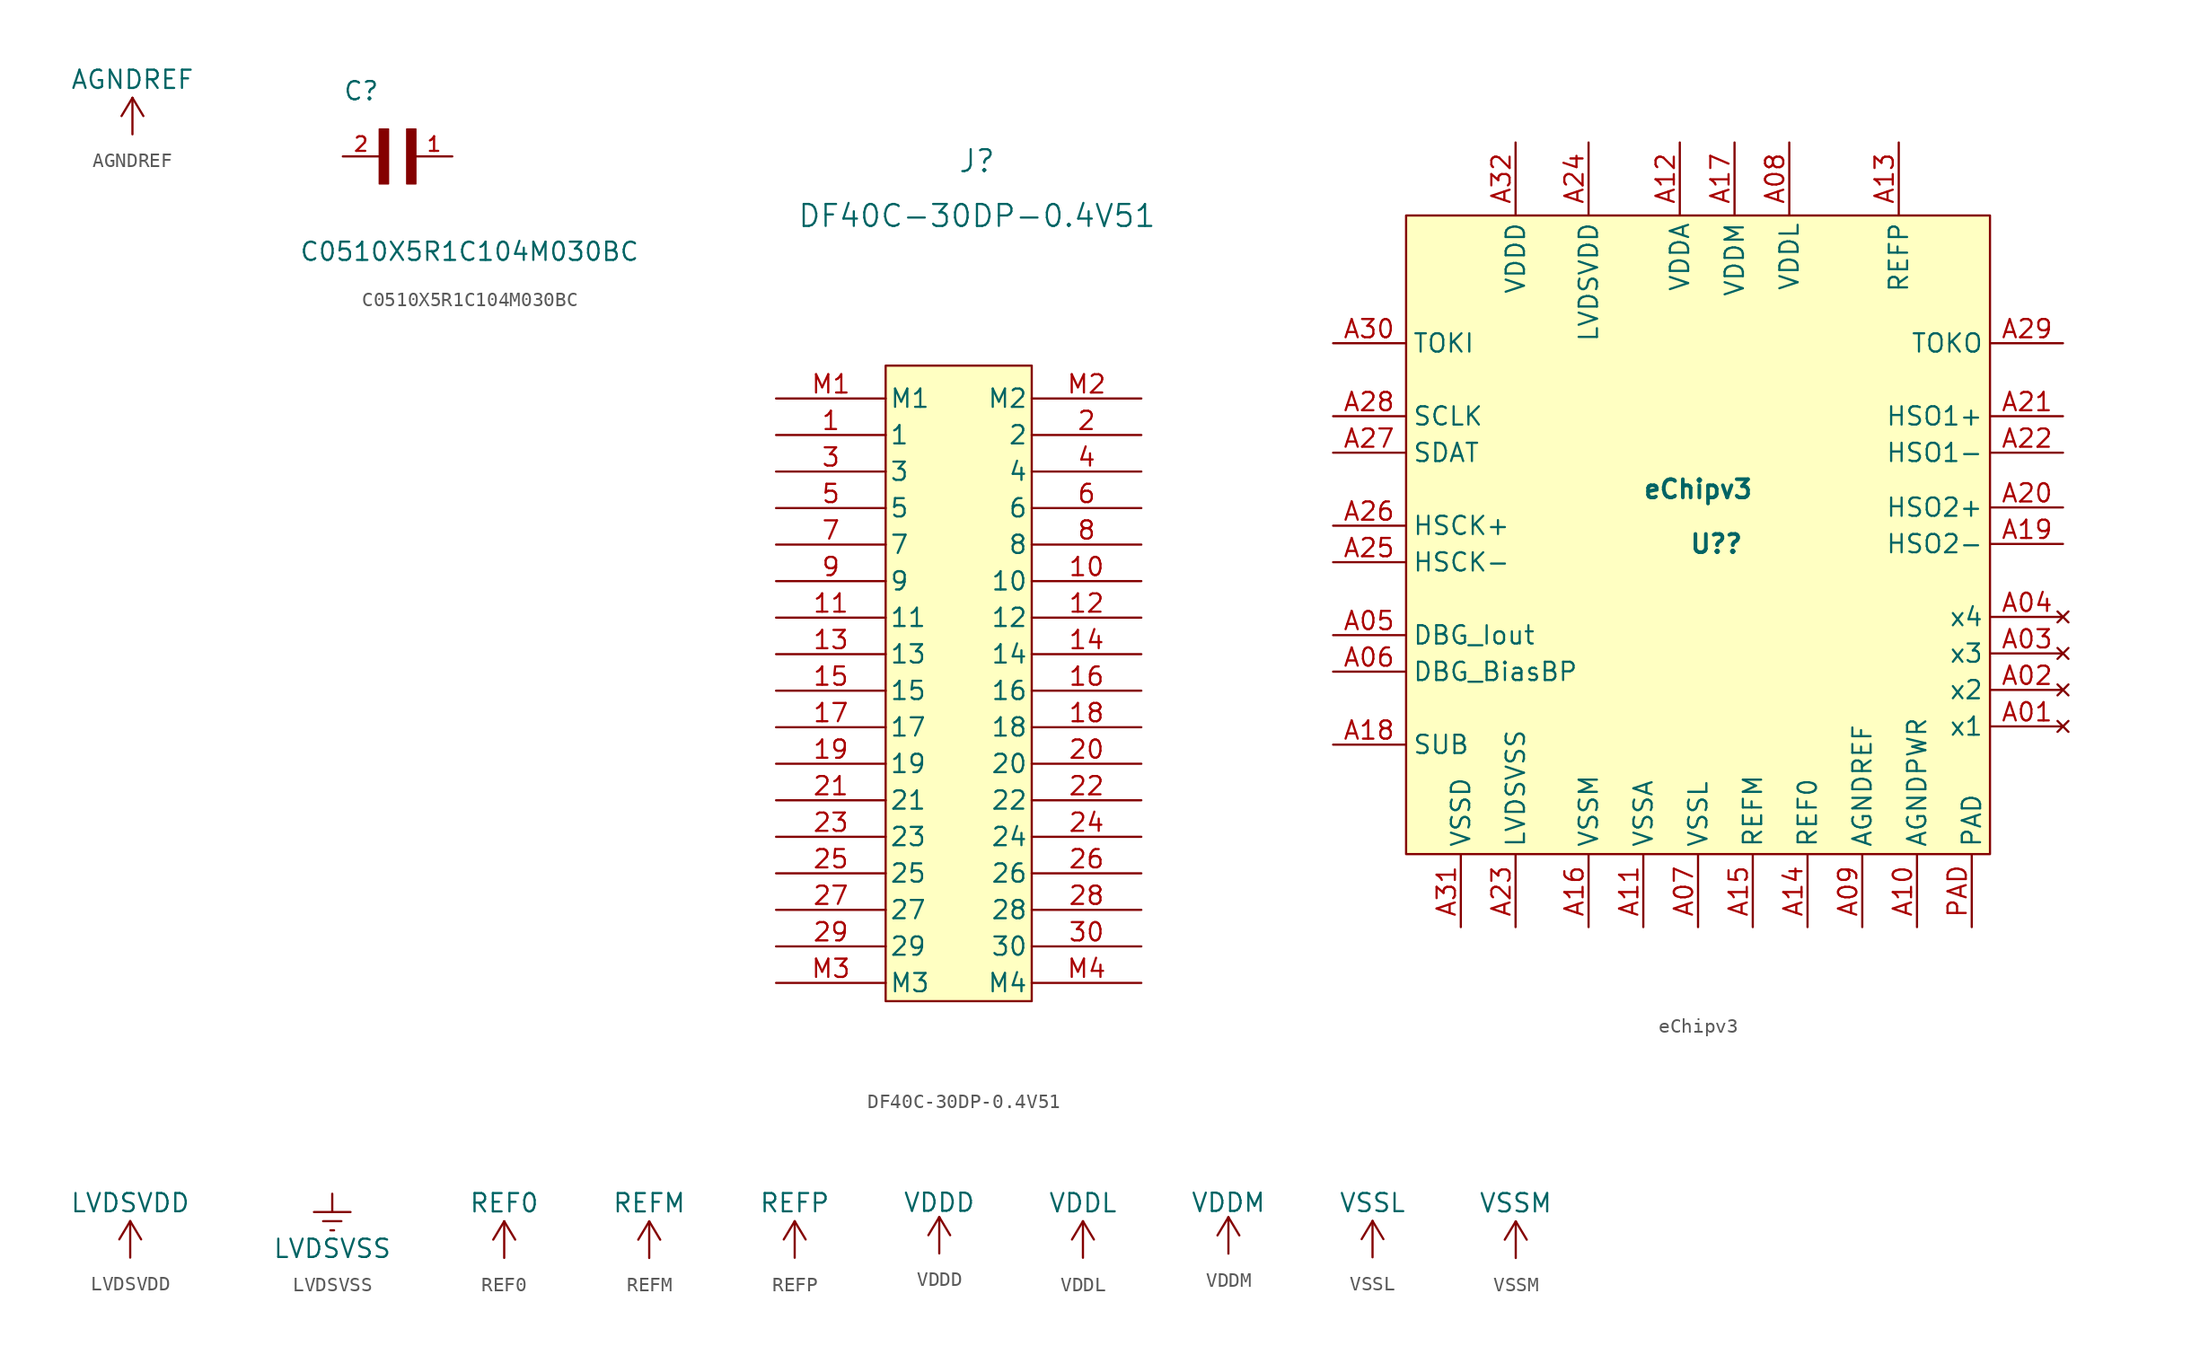
<source format=kicad_sym>
(kicad_symbol_lib
  (version 20211014)
  (generator kicad_symbol_editor)
  (symbol "AGNDREF"
    (power)
    (pin_names
      (offset 0))
    (property "Reference" "#PWR"
      (at 0 -3.81 0)
      (effects (font (size 1.27 1.27)) hide))
    (property "Value" "AGNDREF"
      (at 0 3.81 0)
      (effects (font (size 1.27 1.27))))
    (symbol "AGNDREF_0_1"
      (polyline (pts (xy -0.762 1.27) (xy 0 2.54)) (stroke (width 0) (type default) (color 0 0 0 0)) (fill (type none)))
      (polyline (pts (xy 0 0) (xy 0 2.54)) (stroke (width 0) (type default) (color 0 0 0 0)) (fill (type none)))
      (polyline (pts (xy 0 2.54) (xy 0.762 1.27)) (stroke (width 0) (type default) (color 0 0 0 0)) (fill (type none))))
    (symbol "AGNDREF_1_1"
      (pin power_in line (at 0 0 90) (length 0) hide (name "AGNDREF" (effects (font (size 1.27 1.27)))) (number "1" (effects (font (size 1.27 1.27)))))))
  (symbol "C0510X5R1C104M030BC"
    (pin_names
      (offset 1.016))
    (property "Reference" "C"
      (at -2.542 3.814 0)
      (effects (font (size 1.27 1.27)) (justify left bottom)))
    (property "Value" "C0510X5R1C104M030BC"
      (at -5.588 -7.366 0)
      (effects (font (size 1.27 1.27)) (justify left bottom)))
    (symbol "C0510X5R1C104M030BC_0_0"
      (rectangle (start 0 -1.909) (end 0.635 1.905) (stroke (width 0.1) (type default) (color 0 0 0 0)) (fill (type outline)))
      (rectangle (start 1.91 -1.91) (end 2.54 1.905) (stroke (width 0.1) (type default) (color 0 0 0 0)) (fill (type outline)))
      (pin passive line (at 5.08 0 180) (length 2.54) (name "~" (effects (font (size 1.016 1.016)))) (number "1" (effects (font (size 1.016 1.016)))))
      (pin passive line (at -2.54 0 0) (length 2.54) (name "~" (effects (font (size 1.016 1.016)))) (number "2" (effects (font (size 1.016 1.016)))))))
  (symbol "DF40C-30DP-0.4V51"
    (pin_names
      (offset 0.254))
    (property "Reference" "J"
      (at 2.54 19.05 0)
      (effects (font (size 1.524 1.524))))
    (property "Value" "DF40C-30DP-0.4V51"
      (at 2.54 15.24 0)
      (effects (font (size 1.524 1.524))))
    (property "ki_locked" ""
      (at 0 0 0)
      (effects (font (size 1.27 1.27))))
    (symbol "DF40C-30DP-0.4V51_0_1"
      (rectangle (start -3.81 4.826) (end 6.35 -39.37) (stroke (width 0.152) (type default) (color 0 0 0 0)) (fill (type background)))
      (pin unspecified line (at -11.43 0 0) (length 7.62) (name "1" (effects (font (size 1.27 1.27)))) (number "1" (effects (font (size 1.27 1.27)))))
      (pin unspecified line (at 13.97 -10.16 180) (length 7.62) (name "10" (effects (font (size 1.27 1.27)))) (number "10" (effects (font (size 1.27 1.27)))))
      (pin unspecified line (at -11.43 -12.7 0) (length 7.62) (name "11" (effects (font (size 1.27 1.27)))) (number "11" (effects (font (size 1.27 1.27)))))
      (pin unspecified line (at 13.97 -12.7 180) (length 7.62) (name "12" (effects (font (size 1.27 1.27)))) (number "12" (effects (font (size 1.27 1.27)))))
      (pin unspecified line (at -11.43 -15.24 0) (length 7.62) (name "13" (effects (font (size 1.27 1.27)))) (number "13" (effects (font (size 1.27 1.27)))))
      (pin unspecified line (at 13.97 -15.24 180) (length 7.62) (name "14" (effects (font (size 1.27 1.27)))) (number "14" (effects (font (size 1.27 1.27)))))
      (pin unspecified line (at -11.43 -17.78 0) (length 7.62) (name "15" (effects (font (size 1.27 1.27)))) (number "15" (effects (font (size 1.27 1.27)))))
      (pin unspecified line (at 13.97 -17.78 180) (length 7.62) (name "16" (effects (font (size 1.27 1.27)))) (number "16" (effects (font (size 1.27 1.27)))))
      (pin unspecified line (at -11.43 -20.32 0) (length 7.62) (name "17" (effects (font (size 1.27 1.27)))) (number "17" (effects (font (size 1.27 1.27)))))
      (pin unspecified line (at 13.97 -20.32 180) (length 7.62) (name "18" (effects (font (size 1.27 1.27)))) (number "18" (effects (font (size 1.27 1.27)))))
      (pin unspecified line (at -11.43 -22.86 0) (length 7.62) (name "19" (effects (font (size 1.27 1.27)))) (number "19" (effects (font (size 1.27 1.27)))))
      (pin unspecified line (at 13.97 0 180) (length 7.62) (name "2" (effects (font (size 1.27 1.27)))) (number "2" (effects (font (size 1.27 1.27)))))
      (pin unspecified line (at 13.97 -22.86 180) (length 7.62) (name "20" (effects (font (size 1.27 1.27)))) (number "20" (effects (font (size 1.27 1.27)))))
      (pin unspecified line (at -11.43 -25.4 0) (length 7.62) (name "21" (effects (font (size 1.27 1.27)))) (number "21" (effects (font (size 1.27 1.27)))))
      (pin unspecified line (at 13.97 -25.4 180) (length 7.62) (name "22" (effects (font (size 1.27 1.27)))) (number "22" (effects (font (size 1.27 1.27)))))
      (pin unspecified line (at -11.43 -27.94 0) (length 7.62) (name "23" (effects (font (size 1.27 1.27)))) (number "23" (effects (font (size 1.27 1.27)))))
      (pin unspecified line (at 13.97 -27.94 180) (length 7.62) (name "24" (effects (font (size 1.27 1.27)))) (number "24" (effects (font (size 1.27 1.27)))))
      (pin unspecified line (at -11.43 -30.48 0) (length 7.62) (name "25" (effects (font (size 1.27 1.27)))) (number "25" (effects (font (size 1.27 1.27)))))
      (pin unspecified line (at 13.97 -30.48 180) (length 7.62) (name "26" (effects (font (size 1.27 1.27)))) (number "26" (effects (font (size 1.27 1.27)))))
      (pin unspecified line (at -11.43 -33.02 0) (length 7.62) (name "27" (effects (font (size 1.27 1.27)))) (number "27" (effects (font (size 1.27 1.27)))))
      (pin unspecified line (at 13.97 -33.02 180) (length 7.62) (name "28" (effects (font (size 1.27 1.27)))) (number "28" (effects (font (size 1.27 1.27)))))
      (pin unspecified line (at -11.43 -35.56 0) (length 7.62) (name "29" (effects (font (size 1.27 1.27)))) (number "29" (effects (font (size 1.27 1.27)))))
      (pin unspecified line (at -11.43 -2.54 0) (length 7.62) (name "3" (effects (font (size 1.27 1.27)))) (number "3" (effects (font (size 1.27 1.27)))))
      (pin unspecified line (at 13.97 -35.56 180) (length 7.62) (name "30" (effects (font (size 1.27 1.27)))) (number "30" (effects (font (size 1.27 1.27)))))
      (pin unspecified line (at 13.97 -2.54 180) (length 7.62) (name "4" (effects (font (size 1.27 1.27)))) (number "4" (effects (font (size 1.27 1.27)))))
      (pin unspecified line (at -11.43 -5.08 0) (length 7.62) (name "5" (effects (font (size 1.27 1.27)))) (number "5" (effects (font (size 1.27 1.27)))))
      (pin unspecified line (at 13.97 -5.08 180) (length 7.62) (name "6" (effects (font (size 1.27 1.27)))) (number "6" (effects (font (size 1.27 1.27)))))
      (pin unspecified line (at -11.43 -7.62 0) (length 7.62) (name "7" (effects (font (size 1.27 1.27)))) (number "7" (effects (font (size 1.27 1.27)))))
      (pin unspecified line (at 13.97 -7.62 180) (length 7.62) (name "8" (effects (font (size 1.27 1.27)))) (number "8" (effects (font (size 1.27 1.27)))))
      (pin unspecified line (at -11.43 -10.16 0) (length 7.62) (name "9" (effects (font (size 1.27 1.27)))) (number "9" (effects (font (size 1.27 1.27)))))
      (pin unspecified line (at -11.43 2.54 0) (length 7.62) (name "M1" (effects (font (size 1.27 1.27)))) (number "M1" (effects (font (size 1.27 1.27)))))
      (pin unspecified line (at 13.97 2.54 180) (length 7.62) (name "M2" (effects (font (size 1.27 1.27)))) (number "M2" (effects (font (size 1.27 1.27)))))
      (pin unspecified line (at -11.43 -38.1 0) (length 7.62) (name "M3" (effects (font (size 1.27 1.27)))) (number "M3" (effects (font (size 1.27 1.27)))))
      (pin unspecified line (at 13.97 -38.1 180) (length 7.62) (name "M4" (effects (font (size 1.27 1.27)))) (number "M4" (effects (font (size 1.27 1.27)))))))
  (symbol "eChipv3"
    (property "Reference" "U?"
      (at 0 20.32 0)
      (effects (font (size 1.27 1.27) bold)))
    (property "Value" "eChipv3"
      (at -1.27 24.13 0)
      (effects (font (size 1.27 1.27) bold)))
    (symbol "eChipv3_0_1"
      (rectangle (start -21.59 43.18) (end 19.05 -1.27) (stroke (width 0.152) (type default) (color 0 0 0 0)) (fill (type background))))
    (symbol "eChipv3_1_1"
      (pin no_connect line (at 24.13 7.62 180) (length 5) (name "x1" (effects (font (size 1.27 1.27)))) (number "A01" (effects (font (size 1.27 1.27)))))
      (pin no_connect line (at 24.13 10.16 180) (length 5) (name "x2" (effects (font (size 1.27 1.27)))) (number "A02" (effects (font (size 1.27 1.27)))))
      (pin no_connect line (at 24.13 12.7 180) (length 5) (name "x3" (effects (font (size 1.27 1.27)))) (number "A03" (effects (font (size 1.27 1.27)))))
      (pin no_connect line (at 24.13 15.24 180) (length 5) (name "x4" (effects (font (size 1.27 1.27)))) (number "A04" (effects (font (size 1.27 1.27)))))
      (pin passive line (at -26.67 13.97 0) (length 5) (name "DBG_Iout" (effects (font (size 1.27 1.27)))) (number "A05" (effects (font (size 1.27 1.27)))))
      (pin passive line (at -26.67 11.43 0) (length 5) (name "DBG_BiasBP" (effects (font (size 1.27 1.27)))) (number "A06" (effects (font (size 1.27 1.27)))))
      (pin power_in line (at -1.27 -6.35 90) (length 5) (name "VSSL" (effects (font (size 1.27 1.27)))) (number "A07" (effects (font (size 1.27 1.27)))))
      (pin power_in line (at 5.08 48.26 270) (length 5) (name "VDDL" (effects (font (size 1.27 1.27)))) (number "A08" (effects (font (size 1.27 1.27)))))
      (pin power_in line (at 10.16 -6.35 90) (length 5) (name "AGNDREF" (effects (font (size 1.27 1.27)))) (number "A09" (effects (font (size 1.27 1.27)))))
      (pin power_in line (at 13.97 -6.35 90) (length 5) (name "AGNDPWR" (effects (font (size 1.27 1.27)))) (number "A10" (effects (font (size 1.27 1.27)))))
      (pin power_in line (at -5.08 -6.35 90) (length 5) (name "VSSA" (effects (font (size 1.27 1.27)))) (number "A11" (effects (font (size 1.27 1.27)))))
      (pin power_in line (at -2.54 48.26 270) (length 5) (name "VDDA" (effects (font (size 1.27 1.27)))) (number "A12" (effects (font (size 1.27 1.27)))))
      (pin power_in line (at 12.7 48.26 270) (length 5) (name "REFP" (effects (font (size 1.27 1.27)))) (number "A13" (effects (font (size 1.27 1.27)))))
      (pin power_in line (at 6.35 -6.35 90) (length 5) (name "REF0" (effects (font (size 1.27 1.27)))) (number "A14" (effects (font (size 1.27 1.27)))))
      (pin power_in line (at 2.54 -6.35 90) (length 5) (name "REFM" (effects (font (size 1.27 1.27)))) (number "A15" (effects (font (size 1.27 1.27)))))
      (pin power_in line (at -8.89 -6.35 90) (length 5) (name "VSSM" (effects (font (size 1.27 1.27)))) (number "A16" (effects (font (size 1.27 1.27)))))
      (pin power_in line (at 1.27 48.26 270) (length 5) (name "VDDM" (effects (font (size 1.27 1.27)))) (number "A17" (effects (font (size 1.27 1.27)))))
      (pin passive line (at -26.67 6.35 0) (length 5) (name "SUB" (effects (font (size 1.27 1.27)))) (number "A18" (effects (font (size 1.27 1.27)))))
      (pin output line (at 24.13 20.32 180) (length 5) (name "HSO2-" (effects (font (size 1.27 1.27)))) (number "A19" (effects (font (size 1.27 1.27)))))
      (pin output line (at 24.13 22.86 180) (length 5) (name "HSO2+" (effects (font (size 1.27 1.27)))) (number "A20" (effects (font (size 1.27 1.27)))))
      (pin output line (at 24.13 29.21 180) (length 5) (name "HSO1+" (effects (font (size 1.27 1.27)))) (number "A21" (effects (font (size 1.27 1.27)))))
      (pin output line (at 24.13 26.67 180) (length 5) (name "HSO1-" (effects (font (size 1.27 1.27)))) (number "A22" (effects (font (size 1.27 1.27)))))
      (pin power_in line (at -13.97 -6.35 90) (length 5) (name "LVDSVSS" (effects (font (size 1.27 1.27)))) (number "A23" (effects (font (size 1.27 1.27)))))
      (pin power_in line (at -8.89 48.26 270) (length 5) (name "LVDSVDD" (effects (font (size 1.27 1.27)))) (number "A24" (effects (font (size 1.27 1.27)))))
      (pin input line (at -26.67 19.05 0) (length 5) (name "HSCK-" (effects (font (size 1.27 1.27)))) (number "A25" (effects (font (size 1.27 1.27)))))
      (pin input line (at -26.67 21.59 0) (length 5) (name "HSCK+" (effects (font (size 1.27 1.27)))) (number "A26" (effects (font (size 1.27 1.27)))))
      (pin input line (at -26.67 26.67 0) (length 5) (name "SDAT" (effects (font (size 1.27 1.27)))) (number "A27" (effects (font (size 1.27 1.27)))))
      (pin input line (at -26.67 29.21 0) (length 5) (name "SCLK" (effects (font (size 1.27 1.27)))) (number "A28" (effects (font (size 1.27 1.27)))))
      (pin output line (at 24.13 34.29 180) (length 5) (name "TOKO" (effects (font (size 1.27 1.27)))) (number "A29" (effects (font (size 1.27 1.27)))))
      (pin input line (at -26.67 34.29 0) (length 5) (name "TOKI" (effects (font (size 1.27 1.27)))) (number "A30" (effects (font (size 1.27 1.27)))))
      (pin power_in line (at -17.78 -6.35 90) (length 5) (name "VSSD" (effects (font (size 1.27 1.27)))) (number "A31" (effects (font (size 1.27 1.27)))))
      (pin power_in line (at -13.97 48.26 270) (length 5) (name "VDDD" (effects (font (size 1.27 1.27)))) (number "A32" (effects (font (size 1.27 1.27)))))
      (pin passive line (at 17.78 -6.35 90) (length 5) (name "PAD" (effects (font (size 1.27 1.27)))) (number "PAD" (effects (font (size 1.27 1.27)))))))
  (symbol "LVDSVDD"
    (power)
    (pin_names
      (offset 0))
    (property "Reference" "#PWR"
      (at 0 -3.81 0)
      (effects (font (size 1.27 1.27)) hide))
    (property "Value" "LVDSVDD"
      (at 0 3.81 0)
      (effects (font (size 1.27 1.27))))
    (symbol "LVDSVDD_0_1"
      (polyline (pts (xy -0.762 1.27) (xy 0 2.54)) (stroke (width 0) (type default) (color 0 0 0 0)) (fill (type none)))
      (polyline (pts (xy 0 0) (xy 0 2.54)) (stroke (width 0) (type default) (color 0 0 0 0)) (fill (type none)))
      (polyline (pts (xy 0 2.54) (xy 0.762 1.27)) (stroke (width 0) (type default) (color 0 0 0 0)) (fill (type none))))
    (symbol "LVDSVDD_1_1"
      (pin power_in line (at 0 0 90) (length 0) hide (name "LVDSVDD" (effects (font (size 1.27 1.27)))) (number "1" (effects (font (size 1.27 1.27)))))))
  (symbol "LVDSVSS"
    (power)
    (pin_names
      (offset 0))
    (property "Reference" "#PWR"
      (at 0 -6.35 0)
      (effects (font (size 1.27 1.27)) hide))
    (property "Value" "LVDSVSS"
      (at 0 -3.81 0)
      (effects (font (size 1.27 1.27))))
    (symbol "LVDSVSS_0_1"
      (polyline (pts (xy -0.635 -1.905) (xy 0.635 -1.905)) (stroke (width 0) (type default) (color 0 0 0 0)) (fill (type none)))
      (polyline (pts (xy -0.127 -2.54) (xy 0.127 -2.54)) (stroke (width 0) (type default) (color 0 0 0 0)) (fill (type none)))
      (polyline (pts (xy 0 -1.27) (xy 0 0)) (stroke (width 0) (type default) (color 0 0 0 0)) (fill (type none)))
      (polyline (pts (xy 1.27 -1.27) (xy -1.27 -1.27)) (stroke (width 0) (type default) (color 0 0 0 0)) (fill (type none))))
    (symbol "LVDSVSS_1_1"
      (pin power_in line (at 0 0 270) (length 0) hide (name "LVDSVSS" (effects (font (size 1.27 1.27)))) (number "1" (effects (font (size 1.27 1.27)))))))
  (symbol "REF0"
    (power)
    (pin_names
      (offset 0))
    (property "Reference" "#PWR"
      (at 0 -3.81 0)
      (effects (font (size 1.27 1.27)) hide))
    (property "Value" "REF0"
      (at 0 3.81 0)
      (effects (font (size 1.27 1.27))))
    (symbol "REF0_0_1"
      (polyline (pts (xy -0.762 1.27) (xy 0 2.54)) (stroke (width 0) (type default) (color 0 0 0 0)) (fill (type none)))
      (polyline (pts (xy 0 0) (xy 0 2.54)) (stroke (width 0) (type default) (color 0 0 0 0)) (fill (type none)))
      (polyline (pts (xy 0 2.54) (xy 0.762 1.27)) (stroke (width 0) (type default) (color 0 0 0 0)) (fill (type none))))
    (symbol "REF0_1_1"
      (pin power_in line (at 0 0 90) (length 0) hide (name "REF0" (effects (font (size 1.27 1.27)))) (number "1" (effects (font (size 1.27 1.27)))))))
  (symbol "REFM"
    (power)
    (pin_names
      (offset 0))
    (property "Reference" "#PWR"
      (at 0 -3.81 0)
      (effects (font (size 1.27 1.27)) hide))
    (property "Value" "REFM"
      (at 0 3.81 0)
      (effects (font (size 1.27 1.27))))
    (symbol "REFM_0_1"
      (polyline (pts (xy -0.762 1.27) (xy 0 2.54)) (stroke (width 0) (type default) (color 0 0 0 0)) (fill (type none)))
      (polyline (pts (xy 0 0) (xy 0 2.54)) (stroke (width 0) (type default) (color 0 0 0 0)) (fill (type none)))
      (polyline (pts (xy 0 2.54) (xy 0.762 1.27)) (stroke (width 0) (type default) (color 0 0 0 0)) (fill (type none))))
    (symbol "REFM_1_1"
      (pin power_in line (at 0 0 90) (length 0) hide (name "REFM" (effects (font (size 1.27 1.27)))) (number "1" (effects (font (size 1.27 1.27)))))))
  (symbol "REFP"
    (power)
    (pin_names
      (offset 0))
    (property "Reference" "#PWR"
      (at 0 -3.81 0)
      (effects (font (size 1.27 1.27)) hide))
    (property "Value" "REFP"
      (at 0 3.81 0)
      (effects (font (size 1.27 1.27))))
    (symbol "REFP_0_1"
      (polyline (pts (xy -0.762 1.27) (xy 0 2.54)) (stroke (width 0) (type default) (color 0 0 0 0)) (fill (type none)))
      (polyline (pts (xy 0 0) (xy 0 2.54)) (stroke (width 0) (type default) (color 0 0 0 0)) (fill (type none)))
      (polyline (pts (xy 0 2.54) (xy 0.762 1.27)) (stroke (width 0) (type default) (color 0 0 0 0)) (fill (type none))))
    (symbol "REFP_1_1"
      (pin power_in line (at 0 0 90) (length 0) hide (name "REFP" (effects (font (size 1.27 1.27)))) (number "1" (effects (font (size 1.27 1.27)))))))
  (symbol "VDDD"
    (power)
    (property "Reference" "#PWR"
      (at -0.254 -1.778 0)
      (effects (font (size 1.27 1.27)) hide))
    (property "Value" "VDDD"
      (at 0 3.556 0)
      (effects (font (size 1.27 1.27))))
    (symbol "VDDD_0_1"
      (polyline (pts (xy -0.762 1.27) (xy 0 2.54)) (stroke (width 0) (type default) (color 0 0 0 0)) (fill (type none)))
      (polyline (pts (xy 0 0) (xy 0 2.54)) (stroke (width 0) (type default) (color 0 0 0 0)) (fill (type none)))
      (polyline (pts (xy 0 2.54) (xy 0.762 1.27)) (stroke (width 0) (type default) (color 0 0 0 0)) (fill (type none))))
    (symbol "VDDD_1_1"
      (pin power_in line (at 0 0 90) (length 0) hide (name "VDDD" (effects (font (size 1.27 1.27)))) (number "1" (effects (font (size 1.27 1.27)))))))
  (symbol "VDDL"
    (power)
    (pin_names
      (offset 0))
    (property "Reference" "#PWR"
      (at 0 -3.81 0)
      (effects (font (size 1.27 1.27)) hide))
    (property "Value" "VDDL"
      (at 0 3.81 0)
      (effects (font (size 1.27 1.27))))
    (symbol "VDDL_0_1"
      (polyline (pts (xy -0.762 1.27) (xy 0 2.54)) (stroke (width 0) (type default) (color 0 0 0 0)) (fill (type none)))
      (polyline (pts (xy 0 0) (xy 0 2.54)) (stroke (width 0) (type default) (color 0 0 0 0)) (fill (type none)))
      (polyline (pts (xy 0 2.54) (xy 0.762 1.27)) (stroke (width 0) (type default) (color 0 0 0 0)) (fill (type none))))
    (symbol "VDDL_1_1"
      (pin power_in line (at 0 0 90) (length 0) hide (name "VDDL" (effects (font (size 1.27 1.27)))) (number "1" (effects (font (size 1.27 1.27)))))))
  (symbol "VDDM"
    (power)
    (property "Reference" "#PWR"
      (at -0.254 -1.778 0)
      (effects (font (size 1.27 1.27)) hide))
    (property "Value" "VDDM"
      (at 0 3.556 0)
      (effects (font (size 1.27 1.27))))
    (symbol "VDDM_0_1"
      (polyline (pts (xy -0.762 1.27) (xy 0 2.54)) (stroke (width 0) (type default) (color 0 0 0 0)) (fill (type none)))
      (polyline (pts (xy 0 0) (xy 0 2.54)) (stroke (width 0) (type default) (color 0 0 0 0)) (fill (type none)))
      (polyline (pts (xy 0 2.54) (xy 0.762 1.27)) (stroke (width 0) (type default) (color 0 0 0 0)) (fill (type none))))
    (symbol "VDDM_1_1"
      (pin power_in line (at 0 0 90) (length 0) hide (name "VDDM" (effects (font (size 1.27 1.27)))) (number "1" (effects (font (size 1.27 1.27)))))))
  (symbol "VSSL"
    (power)
    (pin_names
      (offset 0))
    (property "Reference" "#PWR"
      (at 0 -3.81 0)
      (effects (font (size 1.27 1.27)) hide))
    (property "Value" "VSSL"
      (at 0 3.81 0)
      (effects (font (size 1.27 1.27))))
    (symbol "VSSL_0_1"
      (polyline (pts (xy -0.762 1.27) (xy 0 2.54)) (stroke (width 0) (type default) (color 0 0 0 0)) (fill (type none)))
      (polyline (pts (xy 0 0) (xy 0 2.54)) (stroke (width 0) (type default) (color 0 0 0 0)) (fill (type none)))
      (polyline (pts (xy 0 2.54) (xy 0.762 1.27)) (stroke (width 0) (type default) (color 0 0 0 0)) (fill (type none))))
    (symbol "VSSL_1_1"
      (pin power_in line (at 0 0 90) (length 0) hide (name "VSSL" (effects (font (size 1.27 1.27)))) (number "1" (effects (font (size 1.27 1.27)))))))
  (symbol "VSSM"
    (power)
    (pin_names
      (offset 0))
    (property "Reference" "#PWR"
      (at 0 -3.81 0)
      (effects (font (size 1.27 1.27)) hide))
    (property "Value" "VSSM"
      (at 0 3.81 0)
      (effects (font (size 1.27 1.27))))
    (symbol "VSSM_0_1"
      (polyline (pts (xy -0.762 1.27) (xy 0 2.54)) (stroke (width 0) (type default) (color 0 0 0 0)) (fill (type none)))
      (polyline (pts (xy 0 0) (xy 0 2.54)) (stroke (width 0) (type default) (color 0 0 0 0)) (fill (type none)))
      (polyline (pts (xy 0 2.54) (xy 0.762 1.27)) (stroke (width 0) (type default) (color 0 0 0 0)) (fill (type none))))
    (symbol "VSSM_1_1"
      (pin power_in line (at 0 0 90) (length 0) hide (name "VSSM" (effects (font (size 1.27 1.27)))) (number "1" (effects (font (size 1.27 1.27))))))))
</source>
